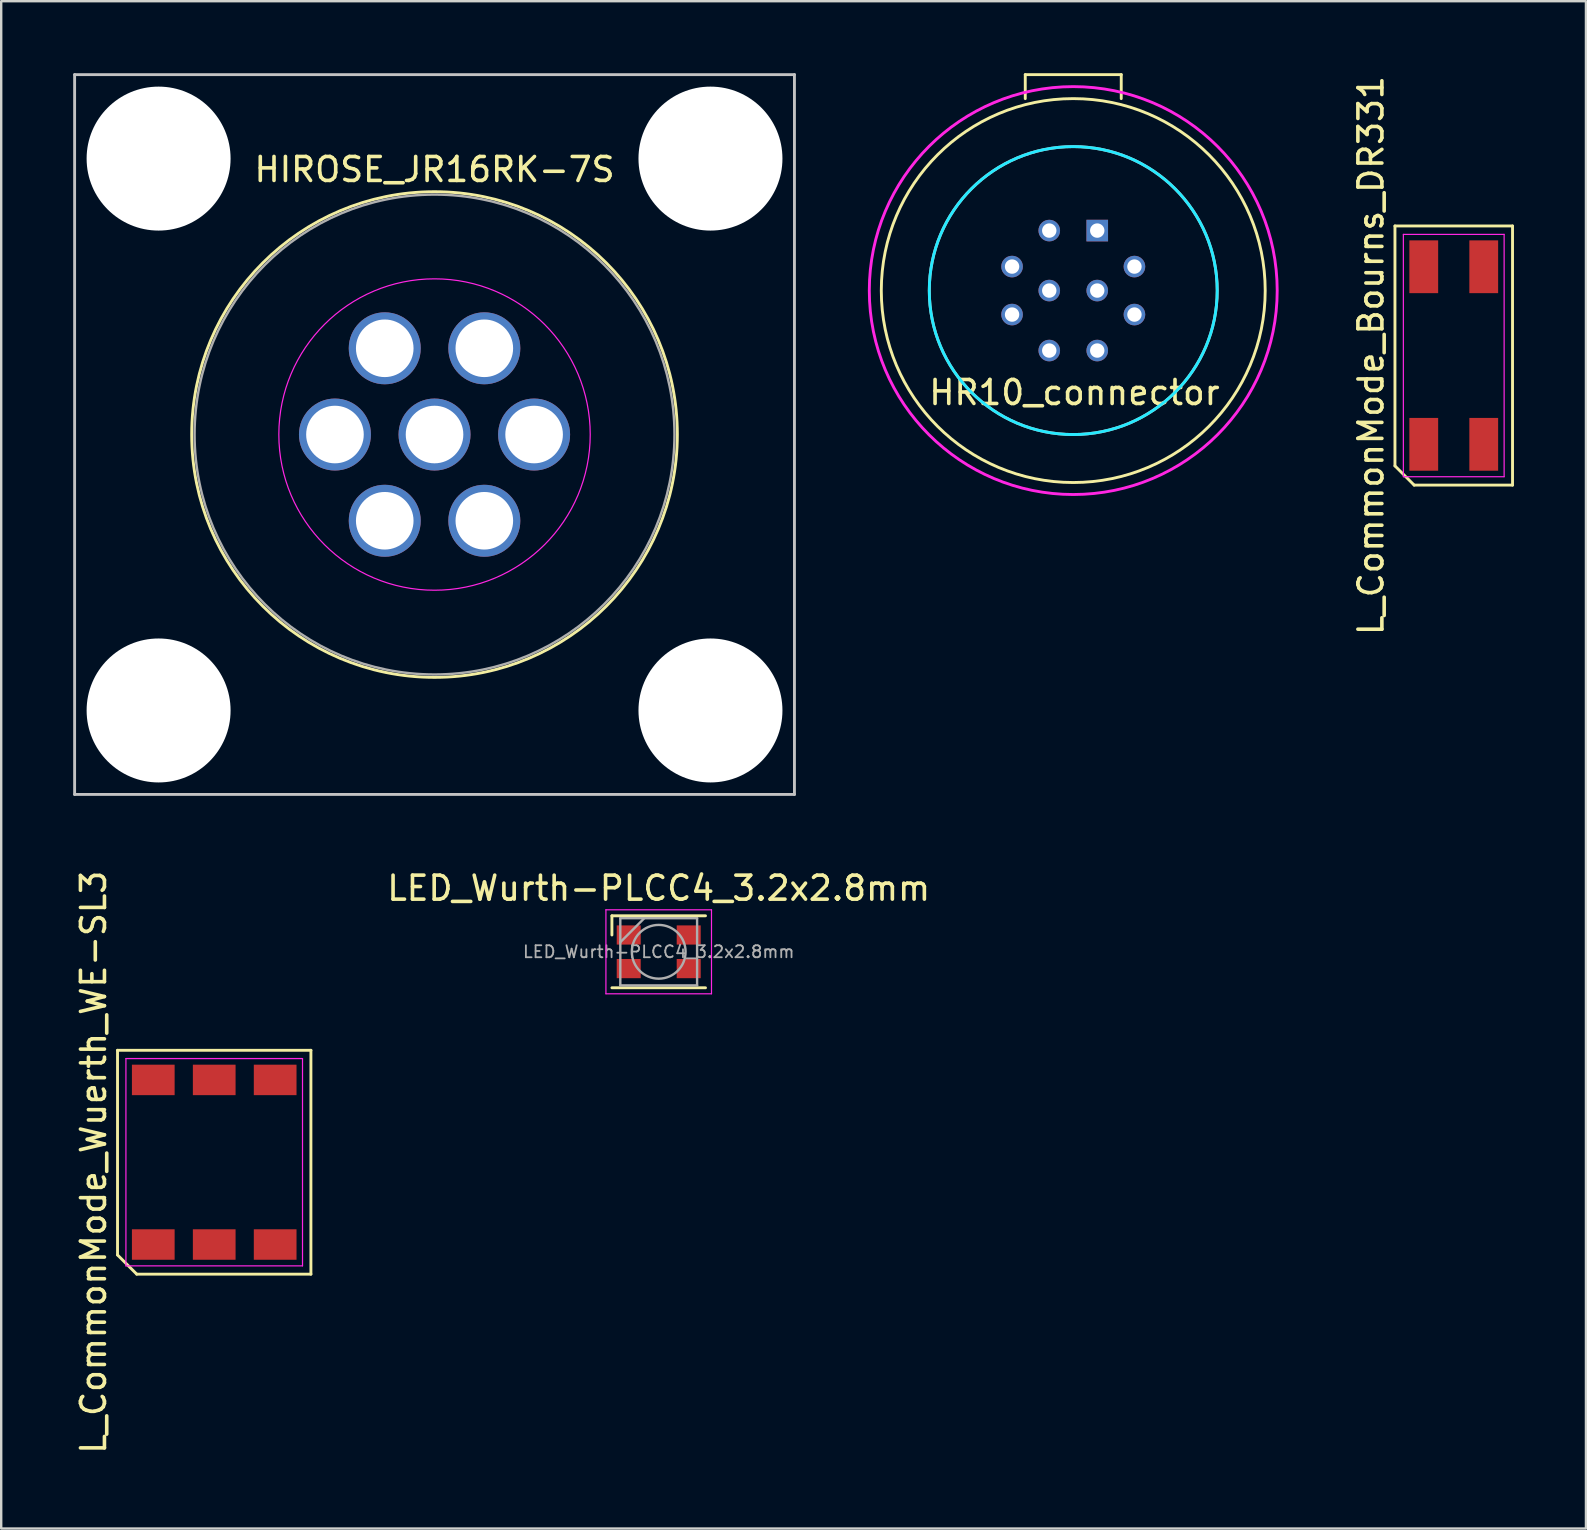
<source format=kicad_pcb>
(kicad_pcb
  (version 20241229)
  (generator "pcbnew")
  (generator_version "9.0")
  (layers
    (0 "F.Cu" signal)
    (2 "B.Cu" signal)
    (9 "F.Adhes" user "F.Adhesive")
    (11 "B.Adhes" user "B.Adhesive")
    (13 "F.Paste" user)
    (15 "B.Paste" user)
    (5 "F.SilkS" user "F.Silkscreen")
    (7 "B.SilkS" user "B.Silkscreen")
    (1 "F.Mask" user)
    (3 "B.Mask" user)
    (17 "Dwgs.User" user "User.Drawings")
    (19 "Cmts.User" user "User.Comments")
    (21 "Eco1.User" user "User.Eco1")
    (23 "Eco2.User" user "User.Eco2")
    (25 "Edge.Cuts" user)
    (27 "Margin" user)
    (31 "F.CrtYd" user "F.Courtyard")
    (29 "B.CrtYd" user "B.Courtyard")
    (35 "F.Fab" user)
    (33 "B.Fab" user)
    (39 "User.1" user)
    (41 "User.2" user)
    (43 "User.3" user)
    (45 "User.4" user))
  (footprint "LED_Wurth-PLCC4_3.2x2.8mm"
    (layer "F.Cu")
    (at 24.403 36.618)
    (property "Reference" "LED_Wurth-PLCC4_3.2x2.8mm" (at 0 -2.65 0) (layer "F.SilkS") (effects (font (size 1 1) (thickness 0.15))))
    (attr smd)
    (fp_line (start -1.95 -1.5) (end 1.95 -1.5) (stroke (width 0.12) (type solid)) (layer "F.SilkS"))
    (fp_line (start -1.95 -0.7) (end -1.95 -1.5) (stroke (width 0.12) (type solid)) (layer "F.SilkS"))
    (fp_line (start -1.95 1.5) (end 1.95 1.5) (stroke (width 0.12) (type solid)) (layer "F.SilkS"))
    (fp_line (start -2.2 -1.75) (end -2.2 1.75) (stroke (width 0.05) (type solid)) (layer "F.CrtYd"))
    (fp_line (start -2.2 1.75) (end 2.2 1.75) (stroke (width 0.05) (type solid)) (layer "F.CrtYd"))
    (fp_line (start 2.2 -1.75) (end -2.2 -1.75) (stroke (width 0.05) (type solid)) (layer "F.CrtYd"))
    (fp_line (start 2.2 1.75) (end 2.2 -1.75) (stroke (width 0.05) (type solid)) (layer "F.CrtYd"))
    (fp_line (start -1.6 -1.4) (end -1.6 1.4) (stroke (width 0.1) (type solid)) (layer "F.Fab"))
    (fp_line (start -1.6 1.4) (end 1.6 1.4) (stroke (width 0.1) (type solid)) (layer "F.Fab"))
    (fp_line (start -0.6 -1.4) (end -1.6 -0.4) (stroke (width 0.1) (type solid)) (layer "F.Fab"))
    (fp_line (start 1.6 -1.4) (end -1.6 -1.4) (stroke (width 0.1) (type solid)) (layer "F.Fab"))
    (fp_line (start 1.6 1.4) (end 1.6 -1.4) (stroke (width 0.1) (type solid)) (layer "F.Fab"))
    (fp_circle (center 0 0) (end 1.12 0) (stroke (width 0.1) (type solid)) (fill no) (layer "F.Fab"))
    (fp_text user "${REFERENCE}" (at 0 0 0) (layer "F.Fab") (effects (font (size 0.5 0.5) (thickness 0.075))))
    (pad "1" smd rect (at 1.25 -0.7) (size 1 0.8) (layers "F.Cu" "F.Mask" "F.Paste"))
    (pad "2" smd rect (at 1.25 0.7) (size 1 0.8) (layers "F.Cu" "F.Mask" "F.Paste"))
    (pad "3" smd rect (at -1.25 -0.7) (size 1 0.8) (layers "F.Cu" "F.Mask" "F.Paste"))
    (pad "4" smd rect (at -1.25 0.7) (size 1 0.8) (layers "F.Cu" "F.Mask" "F.Paste")))
  (footprint "HR10_connector"
    (layer "F.Cu")
    (at 41.68 9.06)
    (property "Reference" "HR10_connector" (at 0.05 4.25 0) (layer "F.SilkS") (effects (font (size 1 1) (thickness 0.15))))
    (attr through_hole)
    (fp_line (start -2 -9) (end 2 -9) (stroke (width 0.12) (type solid)) (layer "F.SilkS"))
    (fp_line (start -2 -8) (end -2 -9) (stroke (width 0.12) (type solid)) (layer "F.SilkS"))
    (fp_line (start 2 -9) (end 2 -8) (stroke (width 0.12) (type solid)) (layer "F.SilkS"))
    (fp_circle (center 0 0) (end 8 0) (stroke (width 0.12) (type solid)) (fill no) (layer "F.SilkS"))
    (fp_circle (center 0 0) (end 6 0) (stroke (width 0.12) (type solid)) (fill no) (layer "B.SilkS"))
    (fp_circle (center 0 0) (end 6 0) (stroke (width 0.12) (type solid)) (fill no) (layer "B.CrtYd"))
    (fp_circle (center 0 0) (end 8.5 0) (stroke (width 0.12) (type solid)) (fill no) (layer "F.CrtYd"))
    (pad "1" thru_hole rect (at 1 -2.5) (size 0.9 0.9) (drill 0.6) (layers "*.Cu" "*.Mask"))
    (pad "2" thru_hole circle (at 2.55 -1) (size 0.9 0.9) (drill 0.6) (layers "*.Cu" "*.Mask"))
    (pad "3" thru_hole circle (at 2.55 1) (size 0.9 0.9) (drill 0.6) (layers "*.Cu" "*.Mask"))
    (pad "4" thru_hole circle (at 1 2.5) (size 0.9 0.9) (drill 0.6) (layers "*.Cu" "*.Mask"))
    (pad "5" thru_hole circle (at -1 2.5) (size 0.9 0.9) (drill 0.6) (layers "*.Cu" "*.Mask"))
    (pad "6" thru_hole circle (at -2.55 1) (size 0.9 0.9) (drill 0.6) (layers "*.Cu" "*.Mask"))
    (pad "7" thru_hole circle (at -2.55 -1) (size 0.9 0.9) (drill 0.6) (layers "*.Cu" "*.Mask"))
    (pad "8" thru_hole circle (at -1 -2.5) (size 0.9 0.9) (drill 0.6) (layers "*.Cu" "*.Mask"))
    (pad "9" thru_hole circle (at 1 0) (size 0.9 0.9) (drill 0.6) (layers "*.Cu" "*.Mask"))
    (pad "10" thru_hole circle (at -1 0) (size 0.9 0.9) (drill 0.6) (layers "*.Cu" "*.Mask")))
  (footprint "L_CommonMode_Bourns_DR331"
    (layer "F.Cu")
    (at 57.538 11.768)
    (property "Reference" "L_CommonMode_Bourns_DR331" (at -3.45 0 90) (layer "F.SilkS") (effects (font (size 1 1) (thickness 0.15))))
    (attr smd)
    (fp_line (start -2.45 -5.4) (end 2.45 -5.4) (stroke (width 0.12) (type solid)) (layer "F.SilkS"))
    (fp_line (start -2.45 4.6) (end -2.45 -5.4) (stroke (width 0.12) (type solid)) (layer "F.SilkS"))
    (fp_line (start -1.65 5.4) (end -2.45 4.6) (stroke (width 0.12) (type solid)) (layer "F.SilkS"))
    (fp_line (start 2.45 -5.4) (end 2.45 5.4) (stroke (width 0.12) (type solid)) (layer "F.SilkS"))
    (fp_line (start 2.45 5.4) (end -1.65 5.4) (stroke (width 0.12) (type solid)) (layer "F.SilkS"))
    (fp_line (start -2.1 -5.05) (end 2.1 -5.05) (stroke (width 0.05) (type solid)) (layer "F.CrtYd"))
    (fp_line (start -2.1 5.05) (end -2.1 -5.05) (stroke (width 0.05) (type solid)) (layer "F.CrtYd"))
    (fp_line (start 2.1 -5.05) (end 2.1 5.05) (stroke (width 0.05) (type solid)) (layer "F.CrtYd"))
    (fp_line (start 2.1 5.05) (end -2.1 5.05) (stroke (width 0.05) (type solid)) (layer "F.CrtYd"))
    (pad "1" smd rect (at -1.25 3.7) (size 1.2 2.2) (layers "F.Cu" "F.Mask" "F.Paste"))
    (pad "2" smd rect (at 1.25 3.7) (size 1.2 2.2) (layers "F.Cu" "F.Mask" "F.Paste"))
    (pad "3" smd rect (at 1.25 -3.7) (size 1.2 2.2) (layers "F.Cu" "F.Mask" "F.Paste"))
    (pad "4" smd rect (at -1.25 -3.7) (size 1.2 2.2) (layers "F.Cu" "F.Mask" "F.Paste")))
  (footprint "L_CommonMode_Wuerth_WE-SL3"
    (layer "F.Cu")
    (at 5.878 45.388)
    (property "Reference" "L_CommonMode_Wuerth_WE-SL3" (at -5.03 0 90) (layer "F.SilkS") (effects (font (size 1 1) (thickness 0.15))))
    (attr smd)
    (fp_line (start -4.03 -4.665) (end 4.03 -4.665) (stroke (width 0.12) (type solid)) (layer "F.SilkS"))
    (fp_line (start -4.03 3.865) (end -4.03 -4.665) (stroke (width 0.12) (type solid)) (layer "F.SilkS"))
    (fp_line (start -3.23 4.665) (end -4.03 3.865) (stroke (width 0.12) (type solid)) (layer "F.SilkS"))
    (fp_line (start 4.03 -4.665) (end 4.03 4.665) (stroke (width 0.12) (type solid)) (layer "F.SilkS"))
    (fp_line (start 4.03 4.665) (end -3.23 4.665) (stroke (width 0.12) (type solid)) (layer "F.SilkS"))
    (fp_line (start -3.68 -4.32) (end 3.68 -4.32) (stroke (width 0.05) (type solid)) (layer "F.CrtYd"))
    (fp_line (start -3.68 4.32) (end -3.68 -4.32) (stroke (width 0.05) (type solid)) (layer "F.CrtYd"))
    (fp_line (start 3.68 -4.32) (end 3.68 4.32) (stroke (width 0.05) (type solid)) (layer "F.CrtYd"))
    (fp_line (start 3.68 4.32) (end -3.68 4.32) (stroke (width 0.05) (type solid)) (layer "F.CrtYd"))
    (pad "1" smd rect (at -2.54 3.43) (size 1.78 1.27) (layers "F.Cu" "F.Mask" "F.Paste"))
    (pad "2" smd rect (at 0 3.43) (size 1.78 1.27) (layers "F.Cu" "F.Mask" "F.Paste"))
    (pad "3" smd rect (at 2.54 3.43) (size 1.78 1.27) (layers "F.Cu" "F.Mask" "F.Paste"))
    (pad "4" smd rect (at 2.54 -3.43) (size 1.78 1.27) (layers "F.Cu" "F.Mask" "F.Paste"))
    (pad "5" smd rect (at 0 -3.43) (size 1.78 1.27) (layers "F.Cu" "F.Mask" "F.Paste"))
    (pad "6" smd rect (at -2.54 -3.43) (size 1.78 1.27) (layers "F.Cu" "F.Mask" "F.Paste")))
  (footprint "HIROSE_JR16RK-7S"
    (layer "F.Cu")
    (at 15.06 15.06)
    (property "Reference" "HIROSE_JR16RK-7S" (at 0 -11.045 0) (layer "F.SilkS") (effects (font (size 1 1) (thickness 0.15))))
    (attr through_hole)
    (fp_circle (center 0 0) (end 0 10.12) (stroke (width 0.12) (type solid)) (fill no) (layer "F.SilkS"))
    (fp_line (start -15 -15) (end -15 15) (stroke (width 0.12) (type solid)) (layer "Dwgs.User"))
    (fp_line (start -15 -15) (end 15 -15) (stroke (width 0.12) (type solid)) (layer "Dwgs.User"))
    (fp_line (start 15 15) (end -15 15) (stroke (width 0.12) (type solid)) (layer "Dwgs.User"))
    (fp_line (start 15 15) (end 15 -15) (stroke (width 0.12) (type solid)) (layer "Dwgs.User"))
    (fp_circle (center 0 0) (end -0.34 6.48) (stroke (width 0.05) (type solid)) (fill no) (layer "F.CrtYd"))
    (fp_circle (center 0 0) (end 0 10) (stroke (width 0.1) (type solid)) (fill no) (layer "F.Fab"))
    (pad "" np_thru_hole oval (at -11.5 -11.5) (size 6 6) (drill 6) (layers "*.Cu" "*.Mask"))
    (pad "" np_thru_hole oval (at -11.5 11.5) (size 6 6) (drill 6) (layers "*.Cu" "*.Mask"))
    (pad "" np_thru_hole oval (at 11.5 -11.5) (size 6 6) (drill 6) (layers "*.Cu" "*.Mask"))
    (pad "" np_thru_hole oval (at 11.5 11.5) (size 6 6) (drill 6) (layers "*.Cu" "*.Mask"))
    (pad "1" thru_hole oval (at -2.075 -3.594) (size 3 3) (drill 2.4) (layers "*.Cu" "*.Mask"))
    (pad "2" thru_hole oval (at 2.075 -3.594) (size 3 3) (drill 2.4) (layers "*.Cu" "*.Mask"))
    (pad "3" thru_hole oval (at -4.15 0) (size 3 3) (drill 2.4) (layers "*.Cu" "*.Mask"))
    (pad "4" thru_hole oval (at 0 0) (size 3 3) (drill 2.4) (layers "*.Cu" "*.Mask"))
    (pad "5" thru_hole oval (at 4.15 0) (size 3 3) (drill 2.4) (layers "*.Cu" "*.Mask"))
    (pad "6" thru_hole oval (at -2.075 3.594) (size 3 3) (drill 2.4) (layers "*.Cu" "*.Mask"))
    (pad "7" thru_hole oval (at 2.075 3.594) (size 3 3) (drill 2.4) (layers "*.Cu" "*.Mask")))
  (gr_rect
    (start -3 -3)
    (end 63.048 60.656)
    (stroke (width 0.1) (type default))
    (fill no)
    (layer "Edge.Cuts")))
</source>
